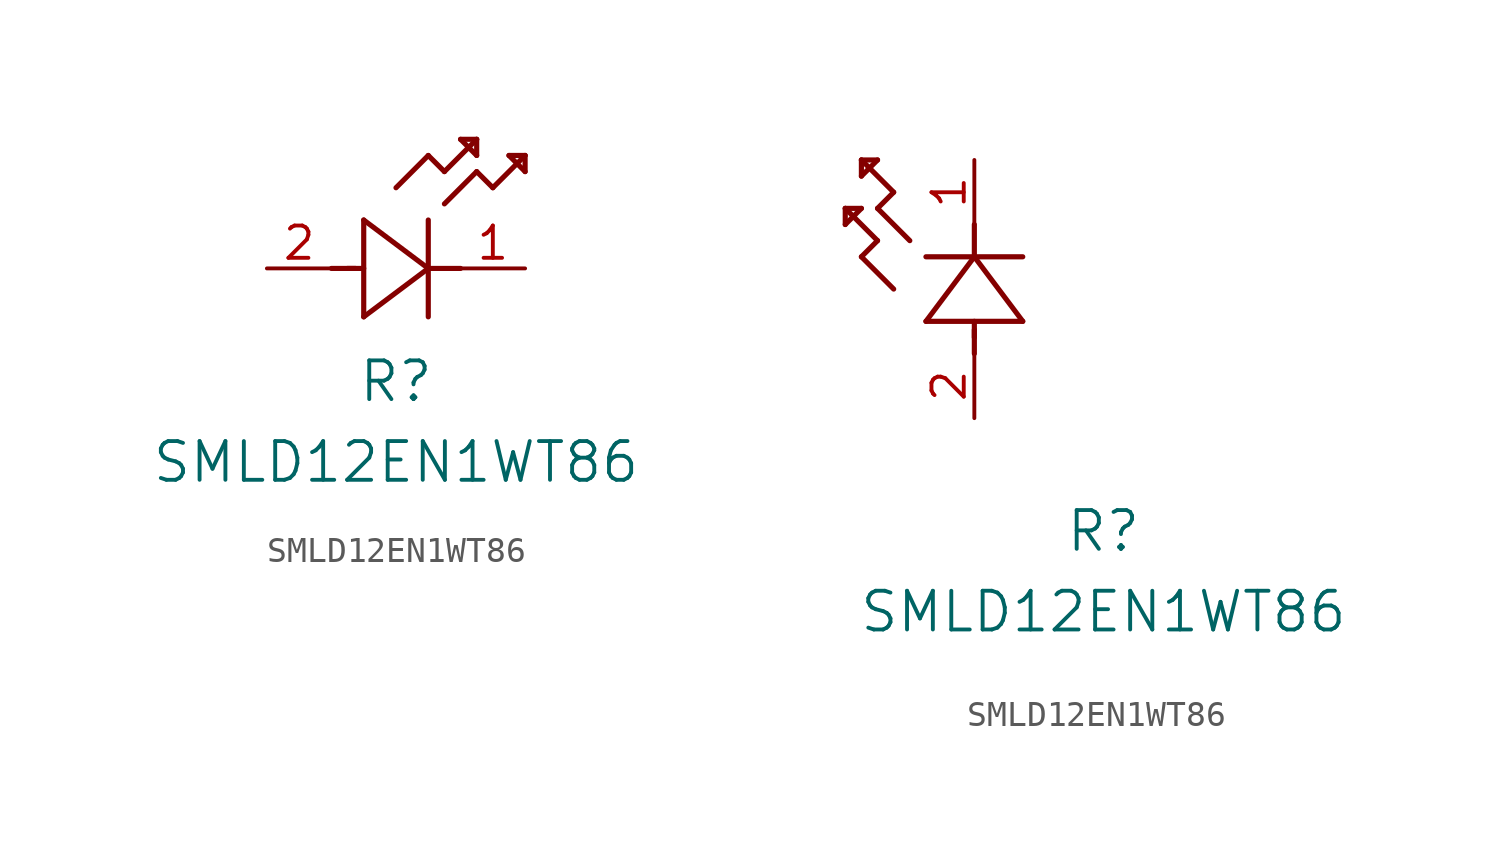
<source format=kicad_sym>
(kicad_symbol_lib
  (version 20211014)
  (generator kicad_symbol_editor)
  (symbol "SMLD12EN1WT86"
    (pin_names
      (offset 0.254))
    (property "Reference" "R"
      (at 5.08 -4.445 0)
      (effects (font (size 1.524 1.524))))
    (property "Value" "SMLD12EN1WT86"
      (at 5.08 -7.62 0)
      (effects (font (size 1.524 1.524))))
    (symbol "SMLD12EN1WT86_1_1"
      (polyline (pts (xy 2.54 0) (xy 3.48 0)) (stroke (width 0.203) (type default) (color 0 0 0 0)) (fill (type none)))
      (polyline (pts (xy 3.81 1.905) (xy 3.81 -1.905)) (stroke (width 0.203) (type default) (color 0 0 0 0)) (fill (type none)))
      (polyline (pts (xy 3.175 0) (xy 3.81 0)) (stroke (width 0.203) (type default) (color 0 0 0 0)) (fill (type none)))
      (polyline (pts (xy 6.35 -1.905) (xy 6.35 1.905)) (stroke (width 0.203) (type default) (color 0 0 0 0)) (fill (type none)))
      (polyline (pts (xy 6.35 0) (xy 7.62 0)) (stroke (width 0.203) (type default) (color 0 0 0 0)) (fill (type none)))
      (polyline (pts (xy 6.35 4.445) (xy 6.985 3.81)) (stroke (width 0.203) (type default) (color 0 0 0 0)) (fill (type none)))
      (polyline (pts (xy 6.985 3.81) (xy 8.255 5.08)) (stroke (width 0.203) (type default) (color 0 0 0 0)) (fill (type none)))
      (polyline (pts (xy 8.255 3.81) (xy 8.89 3.175)) (stroke (width 0.203) (type default) (color 0 0 0 0)) (fill (type none)))
      (polyline (pts (xy 8.89 3.175) (xy 10.16 4.445)) (stroke (width 0.203) (type default) (color 0 0 0 0)) (fill (type none)))
      (polyline (pts (xy 8.255 5.08) (xy 7.62 5.08)) (stroke (width 0.203) (type default) (color 0 0 0 0)) (fill (type none)))
      (polyline (pts (xy 7.62 5.08) (xy 8.255 4.445)) (stroke (width 0.203) (type default) (color 0 0 0 0)) (fill (type none)))
      (polyline (pts (xy 8.255 4.445) (xy 8.255 5.08)) (stroke (width 0.203) (type default) (color 0 0 0 0)) (fill (type none)))
      (polyline (pts (xy 10.16 4.445) (xy 9.525 4.445)) (stroke (width 0.203) (type default) (color 0 0 0 0)) (fill (type none)))
      (polyline (pts (xy 9.525 4.445) (xy 10.16 3.81)) (stroke (width 0.203) (type default) (color 0 0 0 0)) (fill (type none)))
      (polyline (pts (xy 10.16 3.81) (xy 10.16 4.445)) (stroke (width 0.203) (type default) (color 0 0 0 0)) (fill (type none)))
      (polyline (pts (xy 6.985 2.54) (xy 8.255 3.81)) (stroke (width 0.203) (type default) (color 0 0 0 0)) (fill (type none)))
      (polyline (pts (xy 6.35 0) (xy 3.81 1.905)) (stroke (width 0.203) (type default) (color 0 0 0 0)) (fill (type none)))
      (polyline (pts (xy 3.81 -1.905) (xy 6.35 0)) (stroke (width 0.203) (type default) (color 0 0 0 0)) (fill (type none)))
      (polyline (pts (xy 5.08 3.175) (xy 6.35 4.445)) (stroke (width 0.203) (type default) (color 0 0 0 0)) (fill (type none)))
      (pin unspecified line (at 10.16 0 180) (length 2.54) (name "" (effects (font (size 1.27 1.27)))) (number "1" (effects (font (size 1.27 1.27)))))
      (pin unspecified line (at 0 0 0) (length 2.54) (name "" (effects (font (size 1.27 1.27)))) (number "2" (effects (font (size 1.27 1.27))))))
    (symbol "SMLD12EN1WT86_1_2"
      (polyline (pts (xy 0 2.54) (xy 0 3.48)) (stroke (width 0.203) (type default) (color 0 0 0 0)) (fill (type none)))
      (polyline (pts (xy -1.905 3.81) (xy 1.905 3.81)) (stroke (width 0.203) (type default) (color 0 0 0 0)) (fill (type none)))
      (polyline (pts (xy 0 3.175) (xy 0 3.81)) (stroke (width 0.203) (type default) (color 0 0 0 0)) (fill (type none)))
      (polyline (pts (xy 1.905 6.35) (xy -1.905 6.35)) (stroke (width 0.203) (type default) (color 0 0 0 0)) (fill (type none)))
      (polyline (pts (xy 0 6.35) (xy 0 7.62)) (stroke (width 0.203) (type default) (color 0 0 0 0)) (fill (type none)))
      (polyline (pts (xy 0 6.35) (xy -1.905 3.81)) (stroke (width 0.203) (type default) (color 0 0 0 0)) (fill (type none)))
      (polyline (pts (xy 1.905 3.81) (xy 0 6.35)) (stroke (width 0.203) (type default) (color 0 0 0 0)) (fill (type none)))
      (polyline (pts (xy -4.445 6.35) (xy -3.81 6.985)) (stroke (width 0.203) (type default) (color 0 0 0 0)) (fill (type none)))
      (polyline (pts (xy -2.54 6.985) (xy -3.81 8.255)) (stroke (width 0.203) (type default) (color 0 0 0 0)) (fill (type none)))
      (polyline (pts (xy -3.175 5.08) (xy -4.445 6.35)) (stroke (width 0.203) (type default) (color 0 0 0 0)) (fill (type none)))
      (polyline (pts (xy -4.445 10.16) (xy -4.445 9.525)) (stroke (width 0.203) (type default) (color 0 0 0 0)) (fill (type none)))
      (polyline (pts (xy -4.445 9.525) (xy -3.81 10.16)) (stroke (width 0.203) (type default) (color 0 0 0 0)) (fill (type none)))
      (polyline (pts (xy -3.81 10.16) (xy -4.445 10.16)) (stroke (width 0.203) (type default) (color 0 0 0 0)) (fill (type none)))
      (polyline (pts (xy -3.81 8.255) (xy -3.175 8.89)) (stroke (width 0.203) (type default) (color 0 0 0 0)) (fill (type none)))
      (polyline (pts (xy -3.175 8.89) (xy -4.445 10.16)) (stroke (width 0.203) (type default) (color 0 0 0 0)) (fill (type none)))
      (polyline (pts (xy -3.81 6.985) (xy -5.08 8.255)) (stroke (width 0.203) (type default) (color 0 0 0 0)) (fill (type none)))
      (polyline (pts (xy -5.08 8.255) (xy -5.08 7.62)) (stroke (width 0.203) (type default) (color 0 0 0 0)) (fill (type none)))
      (polyline (pts (xy -5.08 7.62) (xy -4.445 8.255)) (stroke (width 0.203) (type default) (color 0 0 0 0)) (fill (type none)))
      (polyline (pts (xy -4.445 8.255) (xy -5.08 8.255)) (stroke (width 0.203) (type default) (color 0 0 0 0)) (fill (type none)))
      (pin unspecified line (at 0 10.16 270) (length 2.54) (name "" (effects (font (size 1.27 1.27)))) (number "1" (effects (font (size 1.27 1.27)))))
      (pin unspecified line (at 0 0 90) (length 2.54) (name "" (effects (font (size 1.27 1.27)))) (number "2" (effects (font (size 1.27 1.27))))))))
</source>
